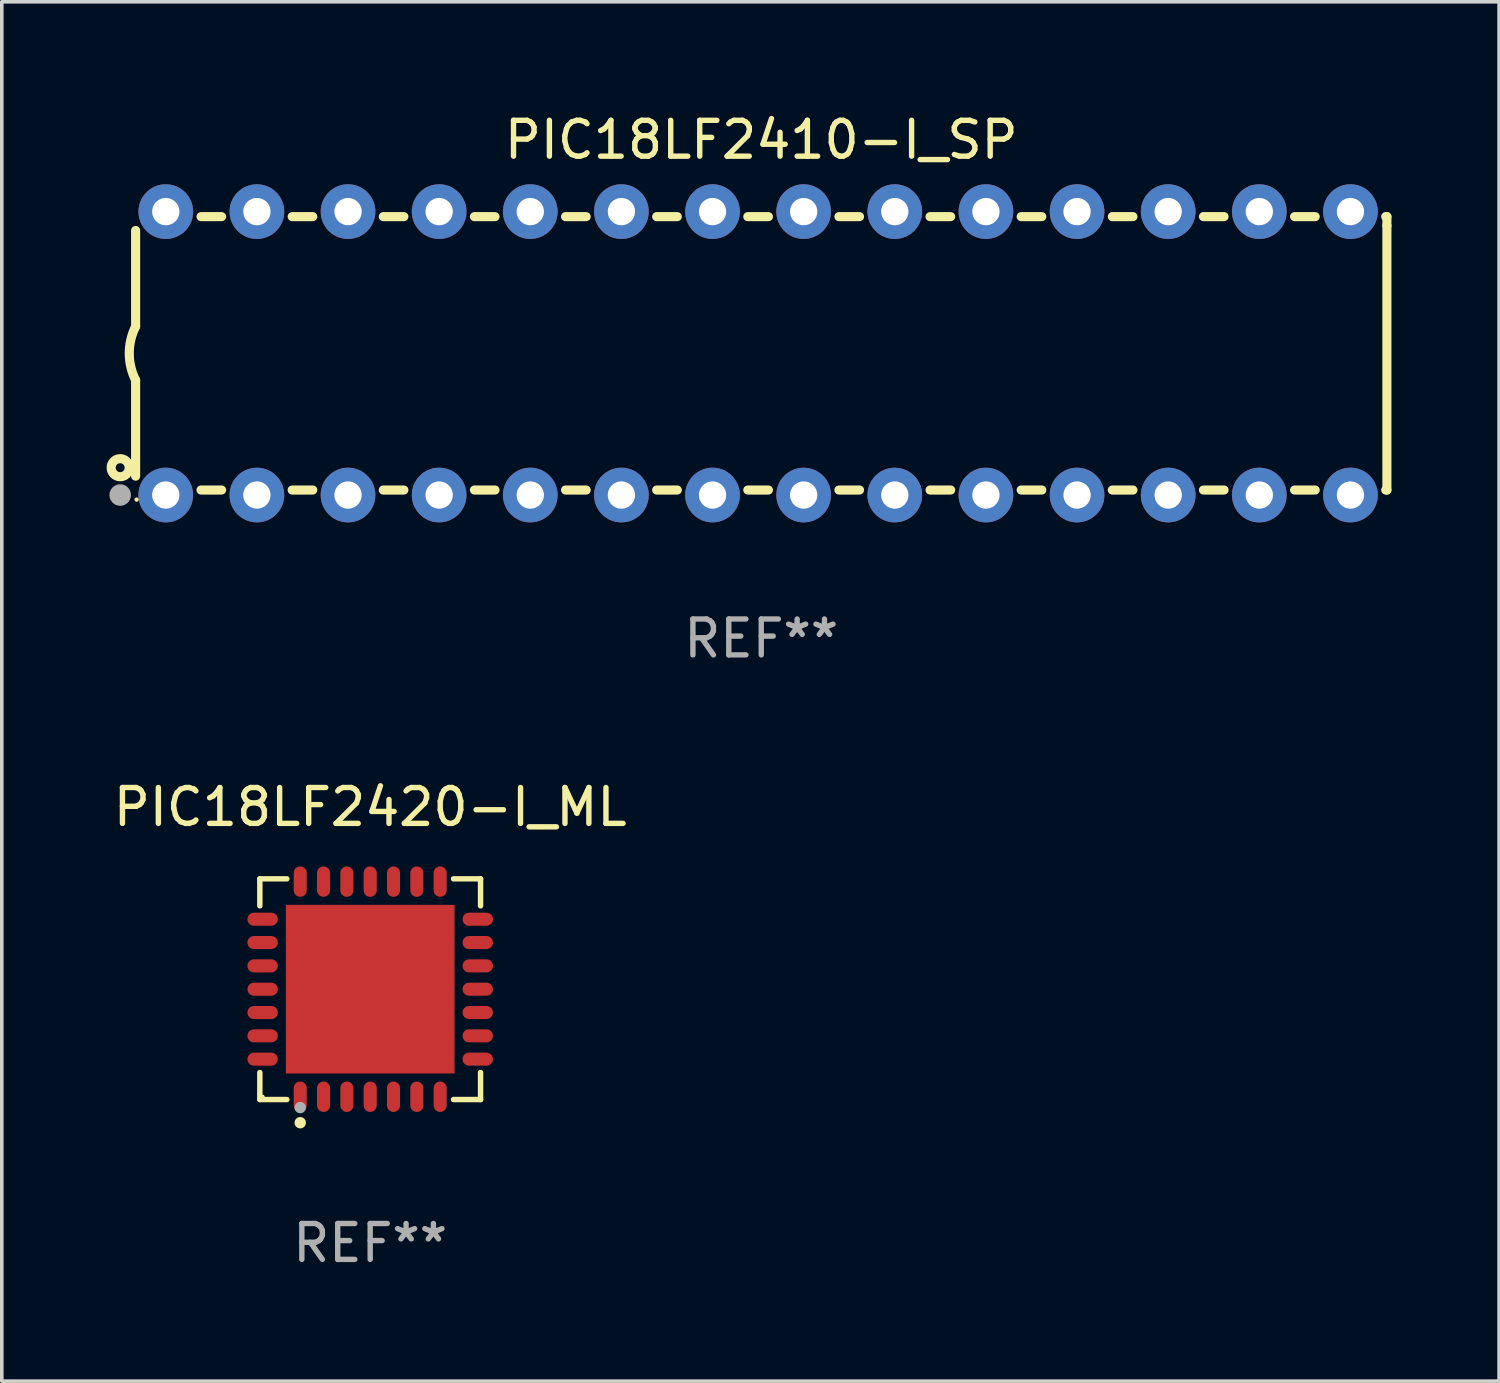
<source format=kicad_pcb>
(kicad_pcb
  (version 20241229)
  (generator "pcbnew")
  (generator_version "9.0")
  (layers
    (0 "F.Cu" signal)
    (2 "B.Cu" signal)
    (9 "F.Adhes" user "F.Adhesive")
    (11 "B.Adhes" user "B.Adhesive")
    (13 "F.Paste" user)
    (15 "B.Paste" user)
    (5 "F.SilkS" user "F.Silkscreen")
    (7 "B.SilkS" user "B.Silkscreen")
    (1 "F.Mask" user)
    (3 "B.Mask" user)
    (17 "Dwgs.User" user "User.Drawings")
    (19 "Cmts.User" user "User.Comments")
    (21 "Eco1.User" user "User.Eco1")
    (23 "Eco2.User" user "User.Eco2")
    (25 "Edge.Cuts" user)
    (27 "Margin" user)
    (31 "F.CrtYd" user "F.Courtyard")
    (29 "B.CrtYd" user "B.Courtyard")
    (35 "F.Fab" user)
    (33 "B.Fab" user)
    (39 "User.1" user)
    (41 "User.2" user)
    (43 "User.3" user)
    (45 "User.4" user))
  (footprint "PIC18LF2420-I_ML"
    (layer "F.Cu")
    (at 7.268 24.521)
    (property "Reference" "PIC18LF2420-I_ML" (at 0 -5.076 0) (layer "F.SilkS") (effects (font (size 1 1) (thickness 0.15))))
    (attr through_hole)
    (fp_line (start -3.076 -3.076) (end -2.323 -3.076) (stroke (width 0.152) (type solid)) (layer "F.SilkS"))
    (fp_line (start -3.076 -2.323) (end -3.076 -3.076) (stroke (width 0.152) (type solid)) (layer "F.SilkS"))
    (fp_line (start -3.076 2.323) (end -3.076 3.076) (stroke (width 0.152) (type solid)) (layer "F.SilkS"))
    (fp_line (start -3.076 3.076) (end -2.323 3.076) (stroke (width 0.152) (type solid)) (layer "F.SilkS"))
    (fp_line (start 3.076 -3.076) (end 2.323 -3.076) (stroke (width 0.152) (type solid)) (layer "F.SilkS"))
    (fp_line (start 3.076 -2.323) (end 3.076 -3.076) (stroke (width 0.152) (type solid)) (layer "F.SilkS"))
    (fp_line (start 3.076 2.323) (end 3.076 3.076) (stroke (width 0.152) (type solid)) (layer "F.SilkS"))
    (fp_line (start 3.076 3.076) (end 2.323 3.076) (stroke (width 0.152) (type solid)) (layer "F.SilkS"))
    (fp_circle (center -3 3) (end -2.97 3) (stroke (width 0.06) (type solid)) (fill no) (layer "F.SilkS"))
    (fp_circle (center -1.95 3.722) (end -1.87 3.722) (stroke (width 0.16) (type solid)) (fill no) (layer "F.SilkS"))
    (fp_circle (center -1.95 3.3) (end -1.87 3.3) (stroke (width 0.16) (type solid)) (fill no) (layer "F.Fab"))
    (fp_text user "REF**" (at 0 7.076 0) (layer "F.Fab") (effects (font (size 1 1) (thickness 0.15))))
    (pad "1" smd oval (at -1.95 2.998) (size 0.364 0.847) (layers "F.Cu" "F.Mask" "F.Paste"))
    (pad "2" smd oval (at -1.3 2.998) (size 0.364 0.847) (layers "F.Cu" "F.Mask" "F.Paste"))
    (pad "3" smd oval (at -0.65 2.998) (size 0.364 0.847) (layers "F.Cu" "F.Mask" "F.Paste"))
    (pad "4" smd oval (at 0 2.998) (size 0.364 0.847) (layers "F.Cu" "F.Mask" "F.Paste"))
    (pad "5" smd oval (at 0.65 2.998) (size 0.364 0.847) (layers "F.Cu" "F.Mask" "F.Paste"))
    (pad "6" smd oval (at 1.3 2.998) (size 0.364 0.847) (layers "F.Cu" "F.Mask" "F.Paste"))
    (pad "7" smd oval (at 1.95 2.998) (size 0.364 0.847) (layers "F.Cu" "F.Mask" "F.Paste"))
    (pad "8" smd oval (at 2.998 1.95) (size 0.847 0.364) (layers "F.Cu" "F.Mask" "F.Paste"))
    (pad "9" smd oval (at 2.998 1.3) (size 0.847 0.364) (layers "F.Cu" "F.Mask" "F.Paste"))
    (pad "10" smd oval (at 2.998 0.65) (size 0.847 0.364) (layers "F.Cu" "F.Mask" "F.Paste"))
    (pad "11" smd oval (at 2.998 0) (size 0.847 0.364) (layers "F.Cu" "F.Mask" "F.Paste"))
    (pad "12" smd oval (at 2.998 -0.65) (size 0.847 0.364) (layers "F.Cu" "F.Mask" "F.Paste"))
    (pad "13" smd oval (at 2.998 -1.3) (size 0.847 0.364) (layers "F.Cu" "F.Mask" "F.Paste"))
    (pad "14" smd oval (at 2.998 -1.95) (size 0.847 0.364) (layers "F.Cu" "F.Mask" "F.Paste"))
    (pad "15" smd oval (at 1.95 -2.998) (size 0.364 0.847) (layers "F.Cu" "F.Mask" "F.Paste"))
    (pad "16" smd oval (at 1.3 -2.998) (size 0.364 0.847) (layers "F.Cu" "F.Mask" "F.Paste"))
    (pad "17" smd oval (at 0.65 -2.998) (size 0.364 0.847) (layers "F.Cu" "F.Mask" "F.Paste"))
    (pad "18" smd oval (at 0 -2.998) (size 0.364 0.847) (layers "F.Cu" "F.Mask" "F.Paste"))
    (pad "19" smd oval (at -0.65 -2.998) (size 0.364 0.847) (layers "F.Cu" "F.Mask" "F.Paste"))
    (pad "20" smd oval (at -1.3 -2.998) (size 0.364 0.847) (layers "F.Cu" "F.Mask" "F.Paste"))
    (pad "21" smd oval (at -1.95 -2.998) (size 0.364 0.847) (layers "F.Cu" "F.Mask" "F.Paste"))
    (pad "22" smd oval (at -2.998 -1.95) (size 0.847 0.364) (layers "F.Cu" "F.Mask" "F.Paste"))
    (pad "23" smd oval (at -2.998 -1.3) (size 0.847 0.364) (layers "F.Cu" "F.Mask" "F.Paste"))
    (pad "24" smd oval (at -2.998 -0.65) (size 0.847 0.364) (layers "F.Cu" "F.Mask" "F.Paste"))
    (pad "25" smd oval (at -2.998 0) (size 0.847 0.364) (layers "F.Cu" "F.Mask" "F.Paste"))
    (pad "26" smd oval (at -2.998 0.65) (size 0.847 0.364) (layers "F.Cu" "F.Mask" "F.Paste"))
    (pad "27" smd oval (at -2.998 1.3) (size 0.847 0.364) (layers "F.Cu" "F.Mask" "F.Paste"))
    (pad "28" smd oval (at -2.998 1.95) (size 0.847 0.364) (layers "F.Cu" "F.Mask" "F.Paste"))
    (pad "29" smd rect (at 0 0) (size 4.7 4.7) (layers "F.Cu" "F.Mask" "F.Paste")))
  (footprint "PIC18LF2410-I_SP"
    (layer "F.Cu")
    (at 18.168 6.798)
    (property "Reference" "PIC18LF2410-I_SP" (at 0 -5.95 0) (layer "F.SilkS") (effects (font (size 1 1) (thickness 0.15))))
    (attr through_hole)
    (fp_line (start -17.438 0.75) (end -17.438 3.423) (stroke (width 0.254) (type solid)) (layer "F.SilkS"))
    (fp_line (start -17.438 -3.423) (end -17.438 -0.75) (stroke (width 0.254) (type solid)) (layer "F.SilkS"))
    (fp_line (start -15.615 3.81) (end -15.041 3.81) (stroke (width 0.254) (type solid)) (layer "F.SilkS"))
    (fp_line (start -15.041 -3.81) (end -15.614 -3.81) (stroke (width 0.254) (type solid)) (layer "F.SilkS"))
    (fp_line (start -13.075 3.81) (end -12.501 3.81) (stroke (width 0.254) (type solid)) (layer "F.SilkS"))
    (fp_line (start -12.501 -3.81) (end -13.074 -3.81) (stroke (width 0.254) (type solid)) (layer "F.SilkS"))
    (fp_line (start -10.535 3.81) (end -9.961 3.81) (stroke (width 0.254) (type solid)) (layer "F.SilkS"))
    (fp_line (start -9.961 -3.81) (end -10.534 -3.81) (stroke (width 0.254) (type solid)) (layer "F.SilkS"))
    (fp_line (start -7.995 3.81) (end -7.421 3.81) (stroke (width 0.254) (type solid)) (layer "F.SilkS"))
    (fp_line (start -7.421 -3.81) (end -7.995 -3.81) (stroke (width 0.254) (type solid)) (layer "F.SilkS"))
    (fp_line (start -5.455 3.81) (end -4.881 3.81) (stroke (width 0.254) (type solid)) (layer "F.SilkS"))
    (fp_line (start -4.881 -3.81) (end -5.455 -3.81) (stroke (width 0.254) (type solid)) (layer "F.SilkS"))
    (fp_line (start -2.915 3.81) (end -2.341 3.81) (stroke (width 0.254) (type solid)) (layer "F.SilkS"))
    (fp_line (start -2.341 -3.81) (end -2.915 -3.81) (stroke (width 0.254) (type solid)) (layer "F.SilkS"))
    (fp_line (start -0.375 3.81) (end 0.199 3.81) (stroke (width 0.254) (type solid)) (layer "F.SilkS"))
    (fp_line (start 0.199 -3.81) (end -0.375 -3.81) (stroke (width 0.254) (type solid)) (layer "F.SilkS"))
    (fp_line (start 2.165 3.81) (end 2.739 3.81) (stroke (width 0.254) (type solid)) (layer "F.SilkS"))
    (fp_line (start 2.739 -3.81) (end 2.165 -3.81) (stroke (width 0.254) (type solid)) (layer "F.SilkS"))
    (fp_line (start 4.705 3.81) (end 5.279 3.81) (stroke (width 0.254) (type solid)) (layer "F.SilkS"))
    (fp_line (start 5.279 -3.81) (end 4.705 -3.81) (stroke (width 0.254) (type solid)) (layer "F.SilkS"))
    (fp_line (start 7.245 3.81) (end 7.819 3.81) (stroke (width 0.254) (type solid)) (layer "F.SilkS"))
    (fp_line (start 7.819 -3.81) (end 7.245 -3.81) (stroke (width 0.254) (type solid)) (layer "F.SilkS"))
    (fp_line (start 9.785 3.81) (end 10.359 3.81) (stroke (width 0.254) (type solid)) (layer "F.SilkS"))
    (fp_line (start 10.359 -3.81) (end 9.785 -3.81) (stroke (width 0.254) (type solid)) (layer "F.SilkS"))
    (fp_line (start 12.325 3.81) (end 12.899 3.81) (stroke (width 0.254) (type solid)) (layer "F.SilkS"))
    (fp_line (start 12.899 -3.81) (end 12.325 -3.81) (stroke (width 0.254) (type solid)) (layer "F.SilkS"))
    (fp_line (start 14.865 3.81) (end 15.439 3.81) (stroke (width 0.254) (type solid)) (layer "F.SilkS"))
    (fp_line (start 15.439 -3.81) (end 14.865 -3.81) (stroke (width 0.254) (type solid)) (layer "F.SilkS"))
    (fp_line (start 17.405 3.81) (end 17.438 3.81) (stroke (width 0.254) (type solid)) (layer "F.SilkS"))
    (fp_line (start 17.438 -3.81) (end 17.405 -3.81) (stroke (width 0.254) (type solid)) (layer "F.SilkS"))
    (fp_line (start 17.438 -3.556) (end 17.438 -3.81) (stroke (width 0.254) (type solid)) (layer "F.SilkS"))
    (fp_line (start 17.438 3.81) (end 17.438 -3.556) (stroke (width 0.254) (type solid)) (layer "F.SilkS"))
    (fp_arc (start -17.437986 0.749657) (mid -17.614887 -0.000024) (end -17.437783 -0.749657) (stroke (width 0.254001) (type solid)) (layer "F.SilkS"))
    (fp_circle (center -17.868 3.188) (end -17.743 3.188) (stroke (width 0.254) (type solid)) (fill no) (layer "F.SilkS"))
    (fp_circle (center -17.411 4.077) (end -17.381 4.077) (stroke (width 0.06) (type solid)) (fill no) (layer "F.SilkS"))
    (fp_circle (center -17.868 3.95) (end -17.718 3.95) (stroke (width 0.3) (type solid)) (fill no) (layer "F.Fab"))
    (fp_text user "REF**" (at 0 7.95 0) (layer "F.Fab") (effects (font (size 1 1) (thickness 0.15))))
    (pad "1" thru_hole circle (at -16.598 3.95) (size 1.524 1.524) (drill 0.762) (layers "*.Cu" "*.Mask"))
    (pad "2" thru_hole circle (at -14.058 3.95) (size 1.524 1.524) (drill 0.762) (layers "*.Cu" "*.Mask"))
    (pad "3" thru_hole circle (at -11.518 3.95) (size 1.524 1.524) (drill 0.762) (layers "*.Cu" "*.Mask"))
    (pad "4" thru_hole circle (at -8.978 3.95) (size 1.524 1.524) (drill 0.762) (layers "*.Cu" "*.Mask"))
    (pad "5" thru_hole circle (at -6.438 3.95) (size 1.524 1.524) (drill 0.762) (layers "*.Cu" "*.Mask"))
    (pad "6" thru_hole circle (at -3.898 3.95) (size 1.524 1.524) (drill 0.762) (layers "*.Cu" "*.Mask"))
    (pad "7" thru_hole circle (at -1.358 3.95) (size 1.524 1.524) (drill 0.762) (layers "*.Cu" "*.Mask"))
    (pad "8" thru_hole circle (at 1.182 3.95) (size 1.524 1.524) (drill 0.762) (layers "*.Cu" "*.Mask"))
    (pad "9" thru_hole circle (at 3.722 3.95) (size 1.524 1.524) (drill 0.762) (layers "*.Cu" "*.Mask"))
    (pad "10" thru_hole circle (at 6.262 3.95) (size 1.524 1.524) (drill 0.762) (layers "*.Cu" "*.Mask"))
    (pad "11" thru_hole circle (at 8.802 3.95) (size 1.524 1.524) (drill 0.762) (layers "*.Cu" "*.Mask"))
    (pad "12" thru_hole circle (at 11.342 3.95) (size 1.524 1.524) (drill 0.762) (layers "*.Cu" "*.Mask"))
    (pad "13" thru_hole circle (at 13.882 3.95) (size 1.524 1.524) (drill 0.762) (layers "*.Cu" "*.Mask"))
    (pad "14" thru_hole circle (at 16.422 3.95) (size 1.524 1.524) (drill 0.762) (layers "*.Cu" "*.Mask"))
    (pad "15" thru_hole circle (at 16.422 -3.95) (size 1.524 1.524) (drill 0.762) (layers "*.Cu" "*.Mask"))
    (pad "16" thru_hole circle (at 13.882 -3.95) (size 1.524 1.524) (drill 0.762) (layers "*.Cu" "*.Mask"))
    (pad "17" thru_hole circle (at 11.342 -3.95) (size 1.524 1.524) (drill 0.762) (layers "*.Cu" "*.Mask"))
    (pad "18" thru_hole circle (at 8.802 -3.95) (size 1.524 1.524) (drill 0.762) (layers "*.Cu" "*.Mask"))
    (pad "19" thru_hole circle (at 6.262 -3.95) (size 1.524 1.524) (drill 0.762) (layers "*.Cu" "*.Mask"))
    (pad "20" thru_hole circle (at 3.722 -3.95) (size 1.524 1.524) (drill 0.762) (layers "*.Cu" "*.Mask"))
    (pad "21" thru_hole circle (at 1.182 -3.95) (size 1.524 1.524) (drill 0.762) (layers "*.Cu" "*.Mask"))
    (pad "22" thru_hole circle (at -1.358 -3.95) (size 1.524 1.524) (drill 0.762) (layers "*.Cu" "*.Mask"))
    (pad "23" thru_hole circle (at -3.898 -3.95) (size 1.524 1.524) (drill 0.762) (layers "*.Cu" "*.Mask"))
    (pad "24" thru_hole circle (at -6.438 -3.95) (size 1.524 1.524) (drill 0.762) (layers "*.Cu" "*.Mask"))
    (pad "25" thru_hole circle (at -8.978 -3.95) (size 1.524 1.524) (drill 0.762) (layers "*.Cu" "*.Mask"))
    (pad "26" thru_hole circle (at -11.517 -3.95) (size 1.524 1.524) (drill 0.762) (layers "*.Cu" "*.Mask"))
    (pad "27" thru_hole circle (at -14.057 -3.95) (size 1.524 1.524) (drill 0.762) (layers "*.Cu" "*.Mask"))
    (pad "28" thru_hole circle (at -16.597 -3.95) (size 1.524 1.524) (drill 0.762) (layers "*.Cu" "*.Mask")))
  (gr_rect
    (start -3 -3)
    (end 38.733 35.445)
    (stroke (width 0.1) (type default))
    (fill no)
    (layer "Edge.Cuts")))
</source>
